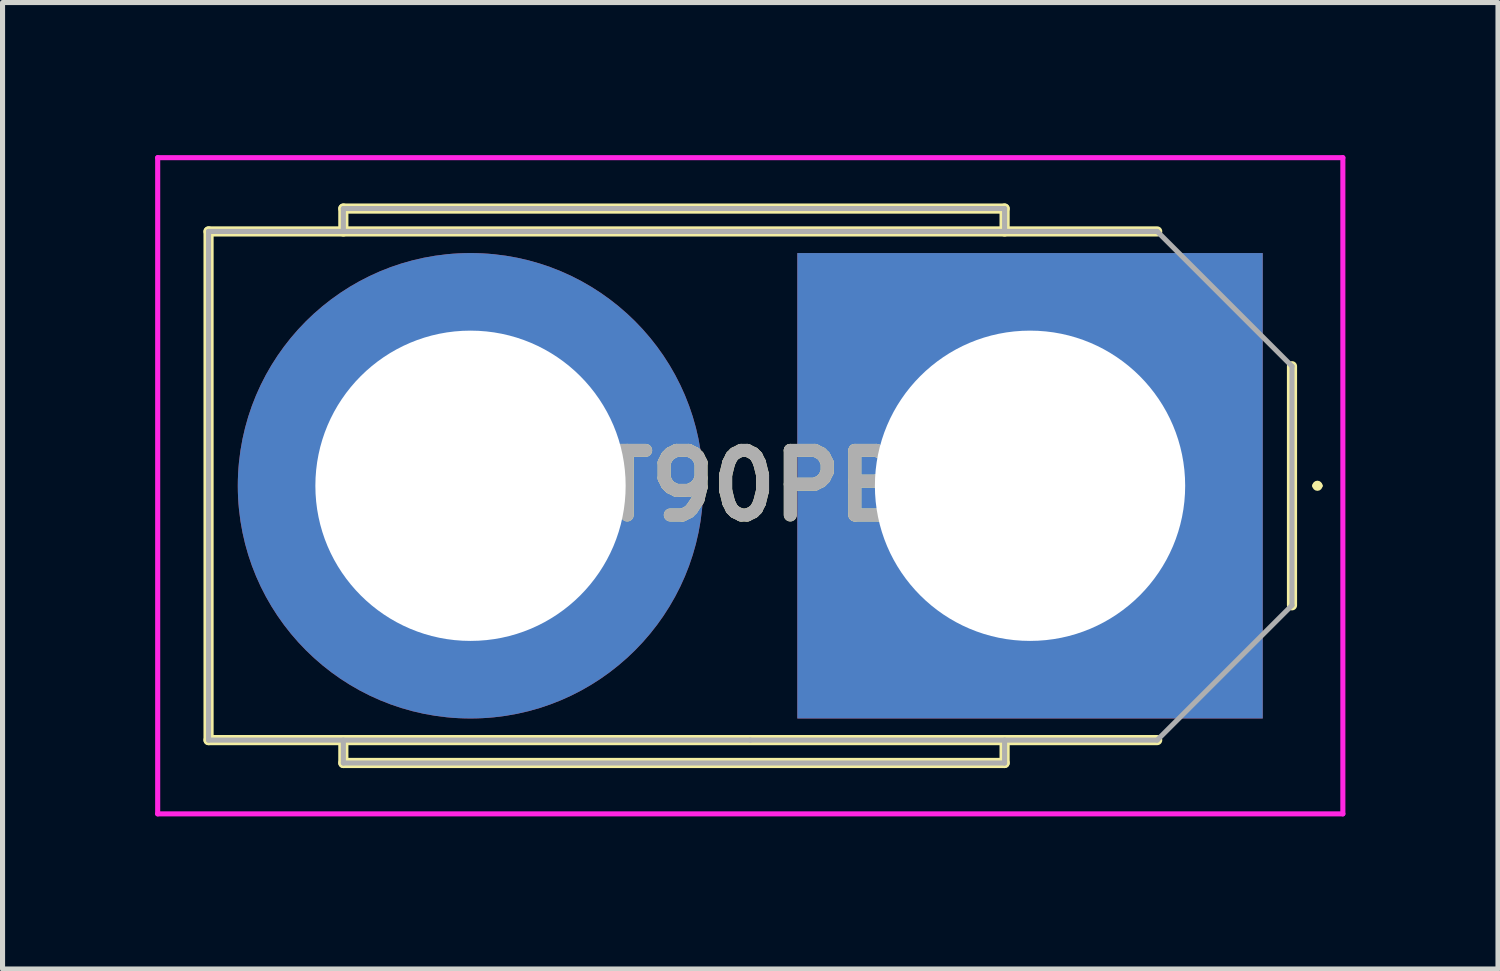
<source format=kicad_pcb>
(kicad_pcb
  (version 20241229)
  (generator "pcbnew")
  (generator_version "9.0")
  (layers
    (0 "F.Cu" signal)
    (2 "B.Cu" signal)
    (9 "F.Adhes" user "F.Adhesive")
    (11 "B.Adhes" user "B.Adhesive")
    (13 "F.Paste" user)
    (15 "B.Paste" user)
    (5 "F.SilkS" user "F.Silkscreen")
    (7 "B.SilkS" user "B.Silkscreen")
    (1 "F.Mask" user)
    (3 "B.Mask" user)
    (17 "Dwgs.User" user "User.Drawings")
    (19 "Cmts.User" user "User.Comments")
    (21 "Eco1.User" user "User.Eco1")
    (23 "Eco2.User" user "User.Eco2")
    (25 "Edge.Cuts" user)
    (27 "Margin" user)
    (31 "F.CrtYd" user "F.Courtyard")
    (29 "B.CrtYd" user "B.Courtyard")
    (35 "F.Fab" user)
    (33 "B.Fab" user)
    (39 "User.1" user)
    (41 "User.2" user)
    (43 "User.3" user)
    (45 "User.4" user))
  (footprint "XT90PBF"
    (layer "F.Cu")
    (at 17.2 6.5)
    (property "Reference" "XT90PBF" (at -5.5 0 0) (layer "F.SilkS") (effects (font (size 1.27 1.27) (thickness 0.254))))
    (attr through_hole)
    (fp_line (start -16.15 -5) (end 2.5 -5) (stroke (width 0.2) (type solid)) (layer "F.SilkS"))
    (fp_line (start -16.15 5) (end -16.15 -5) (stroke (width 0.2) (type solid)) (layer "F.SilkS"))
    (fp_line (start -13.5 -5.45) (end -13.5 -5) (stroke (width 0.2) (type solid)) (layer "F.SilkS"))
    (fp_line (start -13.5 5) (end -13.5 5.45) (stroke (width 0.2) (type solid)) (layer "F.SilkS"))
    (fp_line (start -13.5 5.45) (end -0.5 5.45) (stroke (width 0.2) (type solid)) (layer "F.SilkS"))
    (fp_line (start -0.5 -5.45) (end -13.5 -5.45) (stroke (width 0.2) (type solid)) (layer "F.SilkS"))
    (fp_line (start -0.5 -5) (end -0.5 -5.45) (stroke (width 0.2) (type solid)) (layer "F.SilkS"))
    (fp_line (start -0.5 5.45) (end -0.5 5) (stroke (width 0.2) (type solid)) (layer "F.SilkS"))
    (fp_line (start 2.5 5) (end -16.15 5) (stroke (width 0.2) (type solid)) (layer "F.SilkS"))
    (fp_line (start 5.15 -2.35) (end 5.15 2.35) (stroke (width 0.2) (type solid)) (layer "F.SilkS"))
    (fp_line (start 5.6 0) (end 5.6 0) (stroke (width 0.1) (type solid)) (layer "F.SilkS"))
    (fp_line (start 5.7 0) (end 5.7 0) (stroke (width 0.1) (type solid)) (layer "F.SilkS"))
    (fp_arc (start 5.6 0) (mid 5.65 -0.05) (end 5.7 0) (stroke (width 0.1) (type solid)) (layer "F.SilkS"))
    (fp_arc (start 5.7 0) (mid 5.65 0.05) (end 5.6 0) (stroke (width 0.1) (type solid)) (layer "F.SilkS"))
    (fp_line (start -17.15 -6.45) (end 6.15 -6.45) (stroke (width 0.1) (type solid)) (layer "F.CrtYd"))
    (fp_line (start -17.15 6.45) (end -17.15 -6.45) (stroke (width 0.1) (type solid)) (layer "F.CrtYd"))
    (fp_line (start 6.15 -6.45) (end 6.15 6.45) (stroke (width 0.1) (type solid)) (layer "F.CrtYd"))
    (fp_line (start 6.15 6.45) (end -17.15 6.45) (stroke (width 0.1) (type solid)) (layer "F.CrtYd"))
    (fp_line (start -16.15 -5) (end -16.15 5) (stroke (width 0.1) (type solid)) (layer "F.Fab"))
    (fp_line (start -16.15 5) (end -5.5 5) (stroke (width 0.1) (type solid)) (layer "F.Fab"))
    (fp_line (start -13.5 -5.45) (end -0.5 -5.45) (stroke (width 0.1) (type solid)) (layer "F.Fab"))
    (fp_line (start -13.5 -5) (end -13.5 -5.45) (stroke (width 0.1) (type solid)) (layer "F.Fab"))
    (fp_line (start -13.5 5) (end -13.5 5.45) (stroke (width 0.1) (type solid)) (layer "F.Fab"))
    (fp_line (start -13.5 5.45) (end -0.5 5.45) (stroke (width 0.1) (type solid)) (layer "F.Fab"))
    (fp_line (start -5.5 5) (end 2.5 5) (stroke (width 0.1) (type solid)) (layer "F.Fab"))
    (fp_line (start -0.5 -5.45) (end -0.5 -5) (stroke (width 0.1) (type solid)) (layer "F.Fab"))
    (fp_line (start -0.5 5.45) (end -0.5 5) (stroke (width 0.1) (type solid)) (layer "F.Fab"))
    (fp_line (start 2.5 -5) (end -16.15 -5) (stroke (width 0.1) (type solid)) (layer "F.Fab"))
    (fp_line (start 2.5 5) (end 5.15 2.35) (stroke (width 0.1) (type solid)) (layer "F.Fab"))
    (fp_line (start 5.15 -2.35) (end 2.5 -5) (stroke (width 0.1) (type solid)) (layer "F.Fab"))
    (fp_line (start 5.15 2.35) (end 5.15 -2.35) (stroke (width 0.1) (type solid)) (layer "F.Fab"))
    (fp_text user "${REFERENCE}" (at -5.5 0 0) (layer "F.Fab") (effects (font (size 1.27 1.27) (thickness 0.254))))
    (pad "1" thru_hole rect (at 0 0) (size 9.15 9.15) (drill 6.1) (layers "*.Cu" "*.Mask"))
    (pad "2" thru_hole circle (at -11 0) (size 9.15 9.15) (drill 6.1) (layers "*.Cu" "*.Mask")))
  (gr_rect
    (start -3 -3)
    (end 26.4 16)
    (stroke (width 0.1) (type default))
    (fill no)
    (layer "Edge.Cuts")))
</source>
